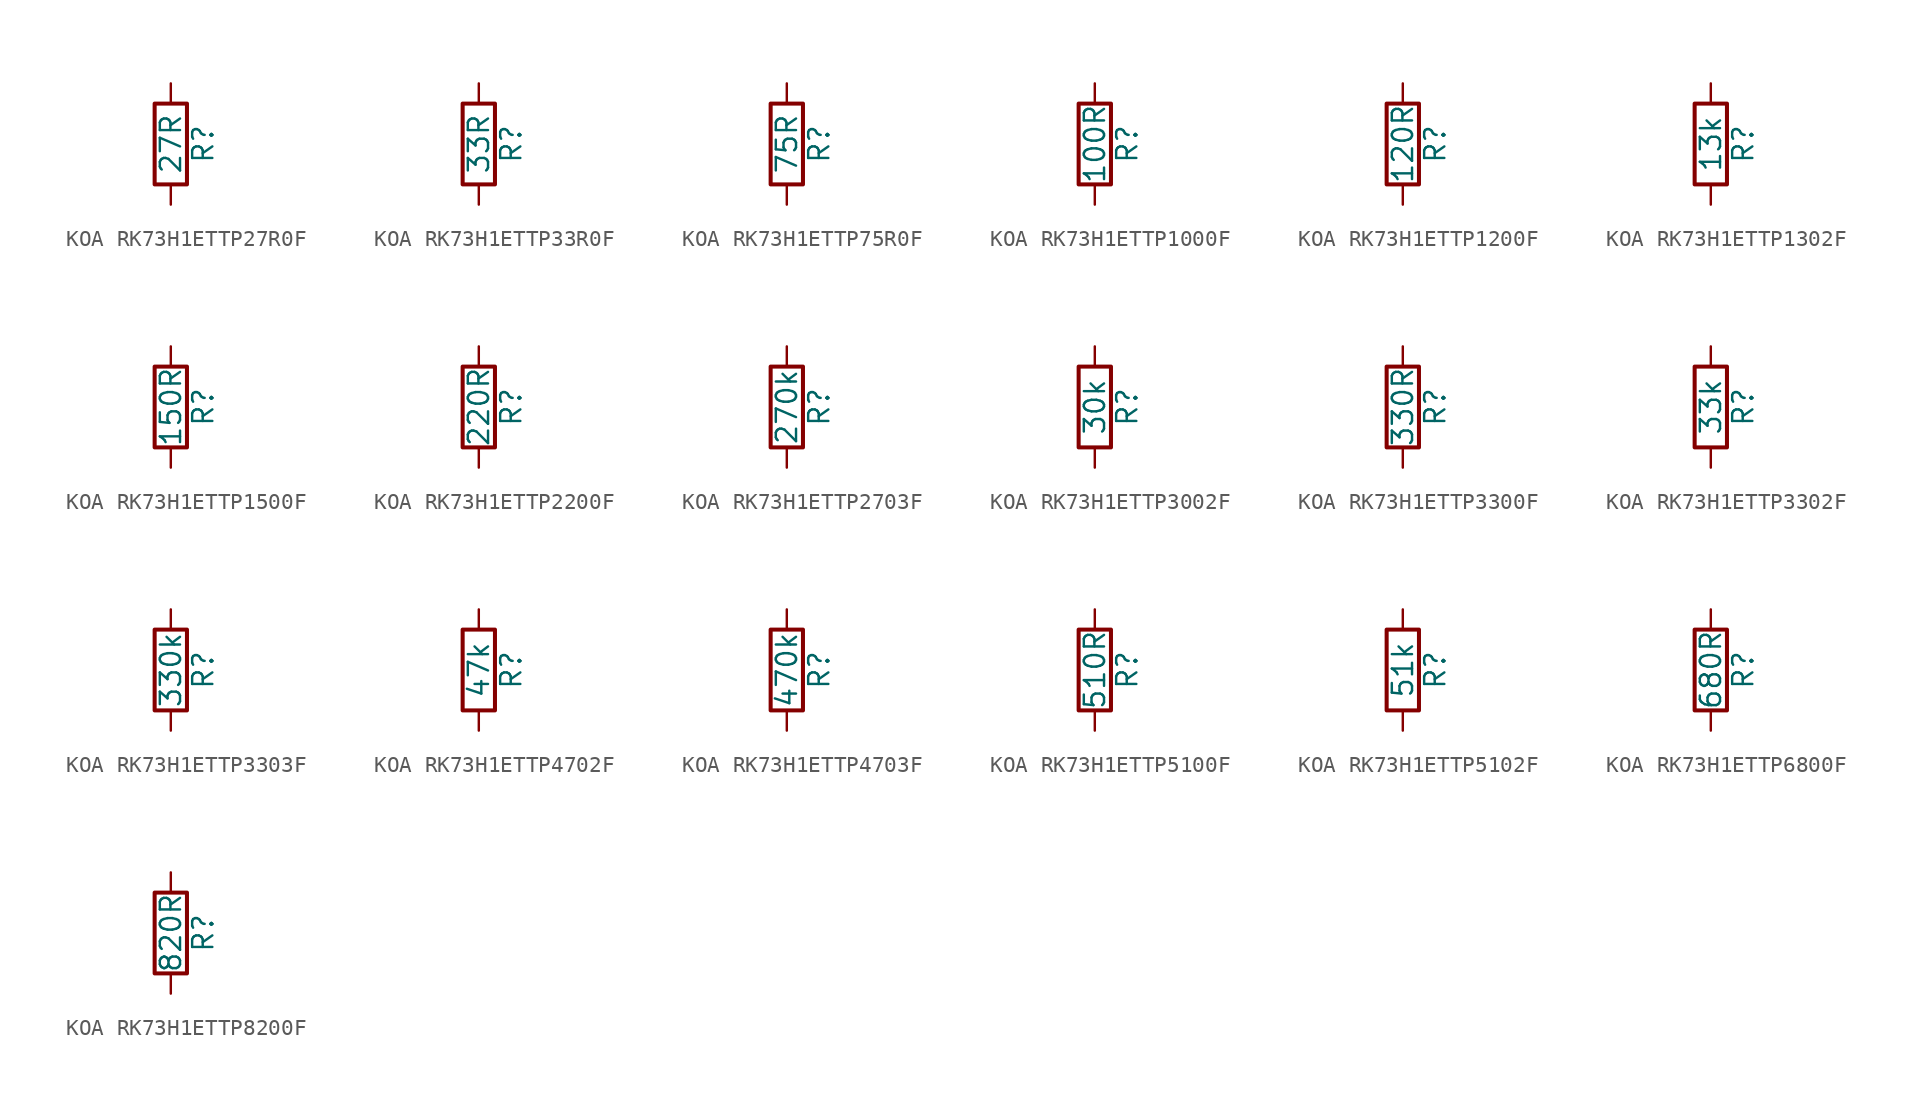
<source format=kicad_sym>
(kicad_symbol_lib
  (version 20220914)
  (generator kicad_symbol_editor)
  (symbol "KOA RK73H1ETTP27R0F"
    (pin_numbers hide)
    (pin_names
      (offset 0))
    (property "Reference" "R"
      (at 2.032 0 90)
      (effects (font (size 1.27 1.27))))
    (property "Value" "27R"
      (at 0 0 90)
      (effects (font (size 1.27 1.27))))
    (symbol "KOA RK73H1ETTP27R0F_0_1"
      (rectangle (start -1.016 -2.54) (end 1.016 2.54) (stroke (width 0.254) (type default)) (fill (type none))))
    (symbol "KOA RK73H1ETTP27R0F_1_1"
      (pin passive line (at 0 3.81 270) (length 1.27) (name "~" (effects (font (size 1.27 1.27)))) (number "1" (effects (font (size 1.27 1.27)))))
      (pin passive line (at 0 -3.81 90) (length 1.27) (name "~" (effects (font (size 1.27 1.27)))) (number "2" (effects (font (size 1.27 1.27)))))))
  (symbol "KOA RK73H1ETTP33R0F"
    (pin_numbers hide)
    (pin_names
      (offset 0))
    (property "Reference" "R"
      (at 2.032 0 90)
      (effects (font (size 1.27 1.27))))
    (property "Value" "33R"
      (at 0 0 90)
      (effects (font (size 1.27 1.27))))
    (symbol "KOA RK73H1ETTP33R0F_0_1"
      (rectangle (start -1.016 -2.54) (end 1.016 2.54) (stroke (width 0.254) (type default)) (fill (type none))))
    (symbol "KOA RK73H1ETTP33R0F_1_1"
      (pin passive line (at 0 3.81 270) (length 1.27) (name "~" (effects (font (size 1.27 1.27)))) (number "1" (effects (font (size 1.27 1.27)))))
      (pin passive line (at 0 -3.81 90) (length 1.27) (name "~" (effects (font (size 1.27 1.27)))) (number "2" (effects (font (size 1.27 1.27)))))))
  (symbol "KOA RK73H1ETTP75R0F"
    (pin_numbers hide)
    (pin_names
      (offset 0))
    (property "Reference" "R"
      (at 2.032 0 90)
      (effects (font (size 1.27 1.27))))
    (property "Value" "75R"
      (at 0 0 90)
      (effects (font (size 1.27 1.27))))
    (symbol "KOA RK73H1ETTP75R0F_0_1"
      (rectangle (start -1.016 -2.54) (end 1.016 2.54) (stroke (width 0.254) (type default)) (fill (type none))))
    (symbol "KOA RK73H1ETTP75R0F_1_1"
      (pin passive line (at 0 3.81 270) (length 1.27) (name "~" (effects (font (size 1.27 1.27)))) (number "1" (effects (font (size 1.27 1.27)))))
      (pin passive line (at 0 -3.81 90) (length 1.27) (name "~" (effects (font (size 1.27 1.27)))) (number "2" (effects (font (size 1.27 1.27)))))))
  (symbol "KOA RK73H1ETTP1000F"
    (pin_numbers hide)
    (pin_names
      (offset 0))
    (property "Reference" "R"
      (at 2.032 0 90)
      (effects (font (size 1.27 1.27))))
    (property "Value" "100R"
      (at 0 0 90)
      (effects (font (size 1.27 1.27))))
    (symbol "KOA RK73H1ETTP1000F_0_1"
      (rectangle (start -1.016 -2.54) (end 1.016 2.54) (stroke (width 0.254) (type default)) (fill (type none))))
    (symbol "KOA RK73H1ETTP1000F_1_1"
      (pin passive line (at 0 3.81 270) (length 1.27) (name "~" (effects (font (size 1.27 1.27)))) (number "1" (effects (font (size 1.27 1.27)))))
      (pin passive line (at 0 -3.81 90) (length 1.27) (name "~" (effects (font (size 1.27 1.27)))) (number "2" (effects (font (size 1.27 1.27)))))))
  (symbol "KOA RK73H1ETTP1200F"
    (pin_numbers hide)
    (pin_names
      (offset 0))
    (property "Reference" "R"
      (at 2.032 0 90)
      (effects (font (size 1.27 1.27))))
    (property "Value" "120R"
      (at 0 0 90)
      (effects (font (size 1.27 1.27))))
    (symbol "KOA RK73H1ETTP1200F_0_1"
      (rectangle (start -1.016 -2.54) (end 1.016 2.54) (stroke (width 0.254) (type default)) (fill (type none))))
    (symbol "KOA RK73H1ETTP1200F_1_1"
      (pin passive line (at 0 3.81 270) (length 1.27) (name "~" (effects (font (size 1.27 1.27)))) (number "1" (effects (font (size 1.27 1.27)))))
      (pin passive line (at 0 -3.81 90) (length 1.27) (name "~" (effects (font (size 1.27 1.27)))) (number "2" (effects (font (size 1.27 1.27)))))))
  (symbol "KOA RK73H1ETTP1302F"
    (pin_numbers hide)
    (pin_names
      (offset 0))
    (property "Reference" "R"
      (at 2.032 0 90)
      (effects (font (size 1.27 1.27))))
    (property "Value" "13k"
      (at 0 0 90)
      (effects (font (size 1.27 1.27))))
    (symbol "KOA RK73H1ETTP1302F_0_1"
      (rectangle (start -1.016 -2.54) (end 1.016 2.54) (stroke (width 0.254) (type default)) (fill (type none))))
    (symbol "KOA RK73H1ETTP1302F_1_1"
      (pin passive line (at 0 3.81 270) (length 1.27) (name "~" (effects (font (size 1.27 1.27)))) (number "1" (effects (font (size 1.27 1.27)))))
      (pin passive line (at 0 -3.81 90) (length 1.27) (name "~" (effects (font (size 1.27 1.27)))) (number "2" (effects (font (size 1.27 1.27)))))))
  (symbol "KOA RK73H1ETTP1500F"
    (pin_numbers hide)
    (pin_names
      (offset 0))
    (property "Reference" "R"
      (at 2.032 0 90)
      (effects (font (size 1.27 1.27))))
    (property "Value" "150R"
      (at 0 0 90)
      (effects (font (size 1.27 1.27))))
    (symbol "KOA RK73H1ETTP1500F_0_1"
      (rectangle (start -1.016 -2.54) (end 1.016 2.54) (stroke (width 0.254) (type default)) (fill (type none))))
    (symbol "KOA RK73H1ETTP1500F_1_1"
      (pin passive line (at 0 3.81 270) (length 1.27) (name "~" (effects (font (size 1.27 1.27)))) (number "1" (effects (font (size 1.27 1.27)))))
      (pin passive line (at 0 -3.81 90) (length 1.27) (name "~" (effects (font (size 1.27 1.27)))) (number "2" (effects (font (size 1.27 1.27)))))))
  (symbol "KOA RK73H1ETTP2200F"
    (pin_numbers hide)
    (pin_names
      (offset 0))
    (property "Reference" "R"
      (at 2.032 0 90)
      (effects (font (size 1.27 1.27))))
    (property "Value" "220R"
      (at 0 0 90)
      (effects (font (size 1.27 1.27))))
    (symbol "KOA RK73H1ETTP2200F_0_1"
      (rectangle (start -1.016 -2.54) (end 1.016 2.54) (stroke (width 0.254) (type default)) (fill (type none))))
    (symbol "KOA RK73H1ETTP2200F_1_1"
      (pin passive line (at 0 3.81 270) (length 1.27) (name "~" (effects (font (size 1.27 1.27)))) (number "1" (effects (font (size 1.27 1.27)))))
      (pin passive line (at 0 -3.81 90) (length 1.27) (name "~" (effects (font (size 1.27 1.27)))) (number "2" (effects (font (size 1.27 1.27)))))))
  (symbol "KOA RK73H1ETTP2703F"
    (pin_numbers hide)
    (pin_names
      (offset 0))
    (property "Reference" "R"
      (at 2.032 0 90)
      (effects (font (size 1.27 1.27))))
    (property "Value" "270k"
      (at 0 0 90)
      (effects (font (size 1.27 1.27))))
    (symbol "KOA RK73H1ETTP2703F_0_1"
      (rectangle (start -1.016 -2.54) (end 1.016 2.54) (stroke (width 0.254) (type default)) (fill (type none))))
    (symbol "KOA RK73H1ETTP2703F_1_1"
      (pin passive line (at 0 3.81 270) (length 1.27) (name "~" (effects (font (size 1.27 1.27)))) (number "1" (effects (font (size 1.27 1.27)))))
      (pin passive line (at 0 -3.81 90) (length 1.27) (name "~" (effects (font (size 1.27 1.27)))) (number "2" (effects (font (size 1.27 1.27)))))))
  (symbol "KOA RK73H1ETTP3002F"
    (pin_numbers hide)
    (pin_names
      (offset 0))
    (property "Reference" "R"
      (at 2.032 0 90)
      (effects (font (size 1.27 1.27))))
    (property "Value" "30k"
      (at 0 0 90)
      (effects (font (size 1.27 1.27))))
    (symbol "KOA RK73H1ETTP3002F_0_1"
      (rectangle (start -1.016 -2.54) (end 1.016 2.54) (stroke (width 0.254) (type default)) (fill (type none))))
    (symbol "KOA RK73H1ETTP3002F_1_1"
      (pin passive line (at 0 3.81 270) (length 1.27) (name "~" (effects (font (size 1.27 1.27)))) (number "1" (effects (font (size 1.27 1.27)))))
      (pin passive line (at 0 -3.81 90) (length 1.27) (name "~" (effects (font (size 1.27 1.27)))) (number "2" (effects (font (size 1.27 1.27)))))))
  (symbol "KOA RK73H1ETTP3300F"
    (pin_numbers hide)
    (pin_names
      (offset 0))
    (property "Reference" "R"
      (at 2.032 0 90)
      (effects (font (size 1.27 1.27))))
    (property "Value" "330R"
      (at 0 0 90)
      (effects (font (size 1.27 1.27))))
    (symbol "KOA RK73H1ETTP3300F_0_1"
      (rectangle (start -1.016 -2.54) (end 1.016 2.54) (stroke (width 0.254) (type default)) (fill (type none))))
    (symbol "KOA RK73H1ETTP3300F_1_1"
      (pin passive line (at 0 3.81 270) (length 1.27) (name "~" (effects (font (size 1.27 1.27)))) (number "1" (effects (font (size 1.27 1.27)))))
      (pin passive line (at 0 -3.81 90) (length 1.27) (name "~" (effects (font (size 1.27 1.27)))) (number "2" (effects (font (size 1.27 1.27)))))))
  (symbol "KOA RK73H1ETTP3302F"
    (pin_numbers hide)
    (pin_names
      (offset 0))
    (property "Reference" "R"
      (at 2.032 0 90)
      (effects (font (size 1.27 1.27))))
    (property "Value" "33k"
      (at 0 0 90)
      (effects (font (size 1.27 1.27))))
    (symbol "KOA RK73H1ETTP3302F_0_1"
      (rectangle (start -1.016 -2.54) (end 1.016 2.54) (stroke (width 0.254) (type default)) (fill (type none))))
    (symbol "KOA RK73H1ETTP3302F_1_1"
      (pin passive line (at 0 3.81 270) (length 1.27) (name "~" (effects (font (size 1.27 1.27)))) (number "1" (effects (font (size 1.27 1.27)))))
      (pin passive line (at 0 -3.81 90) (length 1.27) (name "~" (effects (font (size 1.27 1.27)))) (number "2" (effects (font (size 1.27 1.27)))))))
  (symbol "KOA RK73H1ETTP3303F"
    (pin_numbers hide)
    (pin_names
      (offset 0))
    (property "Reference" "R"
      (at 2.032 0 90)
      (effects (font (size 1.27 1.27))))
    (property "Value" "330k"
      (at 0 0 90)
      (effects (font (size 1.27 1.27))))
    (symbol "KOA RK73H1ETTP3303F_0_1"
      (rectangle (start -1.016 -2.54) (end 1.016 2.54) (stroke (width 0.254) (type default)) (fill (type none))))
    (symbol "KOA RK73H1ETTP3303F_1_1"
      (pin passive line (at 0 3.81 270) (length 1.27) (name "~" (effects (font (size 1.27 1.27)))) (number "1" (effects (font (size 1.27 1.27)))))
      (pin passive line (at 0 -3.81 90) (length 1.27) (name "~" (effects (font (size 1.27 1.27)))) (number "2" (effects (font (size 1.27 1.27)))))))
  (symbol "KOA RK73H1ETTP4702F"
    (pin_numbers hide)
    (pin_names
      (offset 0))
    (property "Reference" "R"
      (at 2.032 0 90)
      (effects (font (size 1.27 1.27))))
    (property "Value" "47k"
      (at 0 0 90)
      (effects (font (size 1.27 1.27))))
    (symbol "KOA RK73H1ETTP4702F_0_1"
      (rectangle (start -1.016 -2.54) (end 1.016 2.54) (stroke (width 0.254) (type default)) (fill (type none))))
    (symbol "KOA RK73H1ETTP4702F_1_1"
      (pin passive line (at 0 3.81 270) (length 1.27) (name "~" (effects (font (size 1.27 1.27)))) (number "1" (effects (font (size 1.27 1.27)))))
      (pin passive line (at 0 -3.81 90) (length 1.27) (name "~" (effects (font (size 1.27 1.27)))) (number "2" (effects (font (size 1.27 1.27)))))))
  (symbol "KOA RK73H1ETTP4703F"
    (pin_numbers hide)
    (pin_names
      (offset 0))
    (property "Reference" "R"
      (at 2.032 0 90)
      (effects (font (size 1.27 1.27))))
    (property "Value" "470k"
      (at 0 0 90)
      (effects (font (size 1.27 1.27))))
    (symbol "KOA RK73H1ETTP4703F_0_1"
      (rectangle (start -1.016 -2.54) (end 1.016 2.54) (stroke (width 0.254) (type default)) (fill (type none))))
    (symbol "KOA RK73H1ETTP4703F_1_1"
      (pin passive line (at 0 3.81 270) (length 1.27) (name "~" (effects (font (size 1.27 1.27)))) (number "1" (effects (font (size 1.27 1.27)))))
      (pin passive line (at 0 -3.81 90) (length 1.27) (name "~" (effects (font (size 1.27 1.27)))) (number "2" (effects (font (size 1.27 1.27)))))))
  (symbol "KOA RK73H1ETTP5100F"
    (pin_numbers hide)
    (pin_names
      (offset 0))
    (property "Reference" "R"
      (at 2.032 0 90)
      (effects (font (size 1.27 1.27))))
    (property "Value" "510R"
      (at 0 0 90)
      (effects (font (size 1.27 1.27))))
    (symbol "KOA RK73H1ETTP5100F_0_1"
      (rectangle (start -1.016 -2.54) (end 1.016 2.54) (stroke (width 0.254) (type default)) (fill (type none))))
    (symbol "KOA RK73H1ETTP5100F_1_1"
      (pin passive line (at 0 3.81 270) (length 1.27) (name "~" (effects (font (size 1.27 1.27)))) (number "1" (effects (font (size 1.27 1.27)))))
      (pin passive line (at 0 -3.81 90) (length 1.27) (name "~" (effects (font (size 1.27 1.27)))) (number "2" (effects (font (size 1.27 1.27)))))))
  (symbol "KOA RK73H1ETTP5102F"
    (pin_numbers hide)
    (pin_names
      (offset 0))
    (property "Reference" "R"
      (at 2.032 0 90)
      (effects (font (size 1.27 1.27))))
    (property "Value" "51k"
      (at 0 0 90)
      (effects (font (size 1.27 1.27))))
    (symbol "KOA RK73H1ETTP5102F_0_1"
      (rectangle (start -1.016 -2.54) (end 1.016 2.54) (stroke (width 0.254) (type default)) (fill (type none))))
    (symbol "KOA RK73H1ETTP5102F_1_1"
      (pin passive line (at 0 3.81 270) (length 1.27) (name "~" (effects (font (size 1.27 1.27)))) (number "1" (effects (font (size 1.27 1.27)))))
      (pin passive line (at 0 -3.81 90) (length 1.27) (name "~" (effects (font (size 1.27 1.27)))) (number "2" (effects (font (size 1.27 1.27)))))))
  (symbol "KOA RK73H1ETTP6800F"
    (pin_numbers hide)
    (pin_names
      (offset 0))
    (property "Reference" "R"
      (at 2.032 0 90)
      (effects (font (size 1.27 1.27))))
    (property "Value" "680R"
      (at 0 0 90)
      (effects (font (size 1.27 1.27))))
    (symbol "KOA RK73H1ETTP6800F_0_1"
      (rectangle (start -1.016 -2.54) (end 1.016 2.54) (stroke (width 0.254) (type default)) (fill (type none))))
    (symbol "KOA RK73H1ETTP6800F_1_1"
      (pin passive line (at 0 3.81 270) (length 1.27) (name "~" (effects (font (size 1.27 1.27)))) (number "1" (effects (font (size 1.27 1.27)))))
      (pin passive line (at 0 -3.81 90) (length 1.27) (name "~" (effects (font (size 1.27 1.27)))) (number "2" (effects (font (size 1.27 1.27)))))))
  (symbol "KOA RK73H1ETTP8200F"
    (pin_numbers hide)
    (pin_names
      (offset 0))
    (property "Reference" "R"
      (at 2.032 0 90)
      (effects (font (size 1.27 1.27))))
    (property "Value" "820R"
      (at 0 0 90)
      (effects (font (size 1.27 1.27))))
    (symbol "KOA RK73H1ETTP8200F_0_1"
      (rectangle (start -1.016 -2.54) (end 1.016 2.54) (stroke (width 0.254) (type default)) (fill (type none))))
    (symbol "KOA RK73H1ETTP8200F_1_1"
      (pin passive line (at 0 3.81 270) (length 1.27) (name "~" (effects (font (size 1.27 1.27)))) (number "1" (effects (font (size 1.27 1.27)))))
      (pin passive line (at 0 -3.81 90) (length 1.27) (name "~" (effects (font (size 1.27 1.27)))) (number "2" (effects (font (size 1.27 1.27))))))))
</source>
